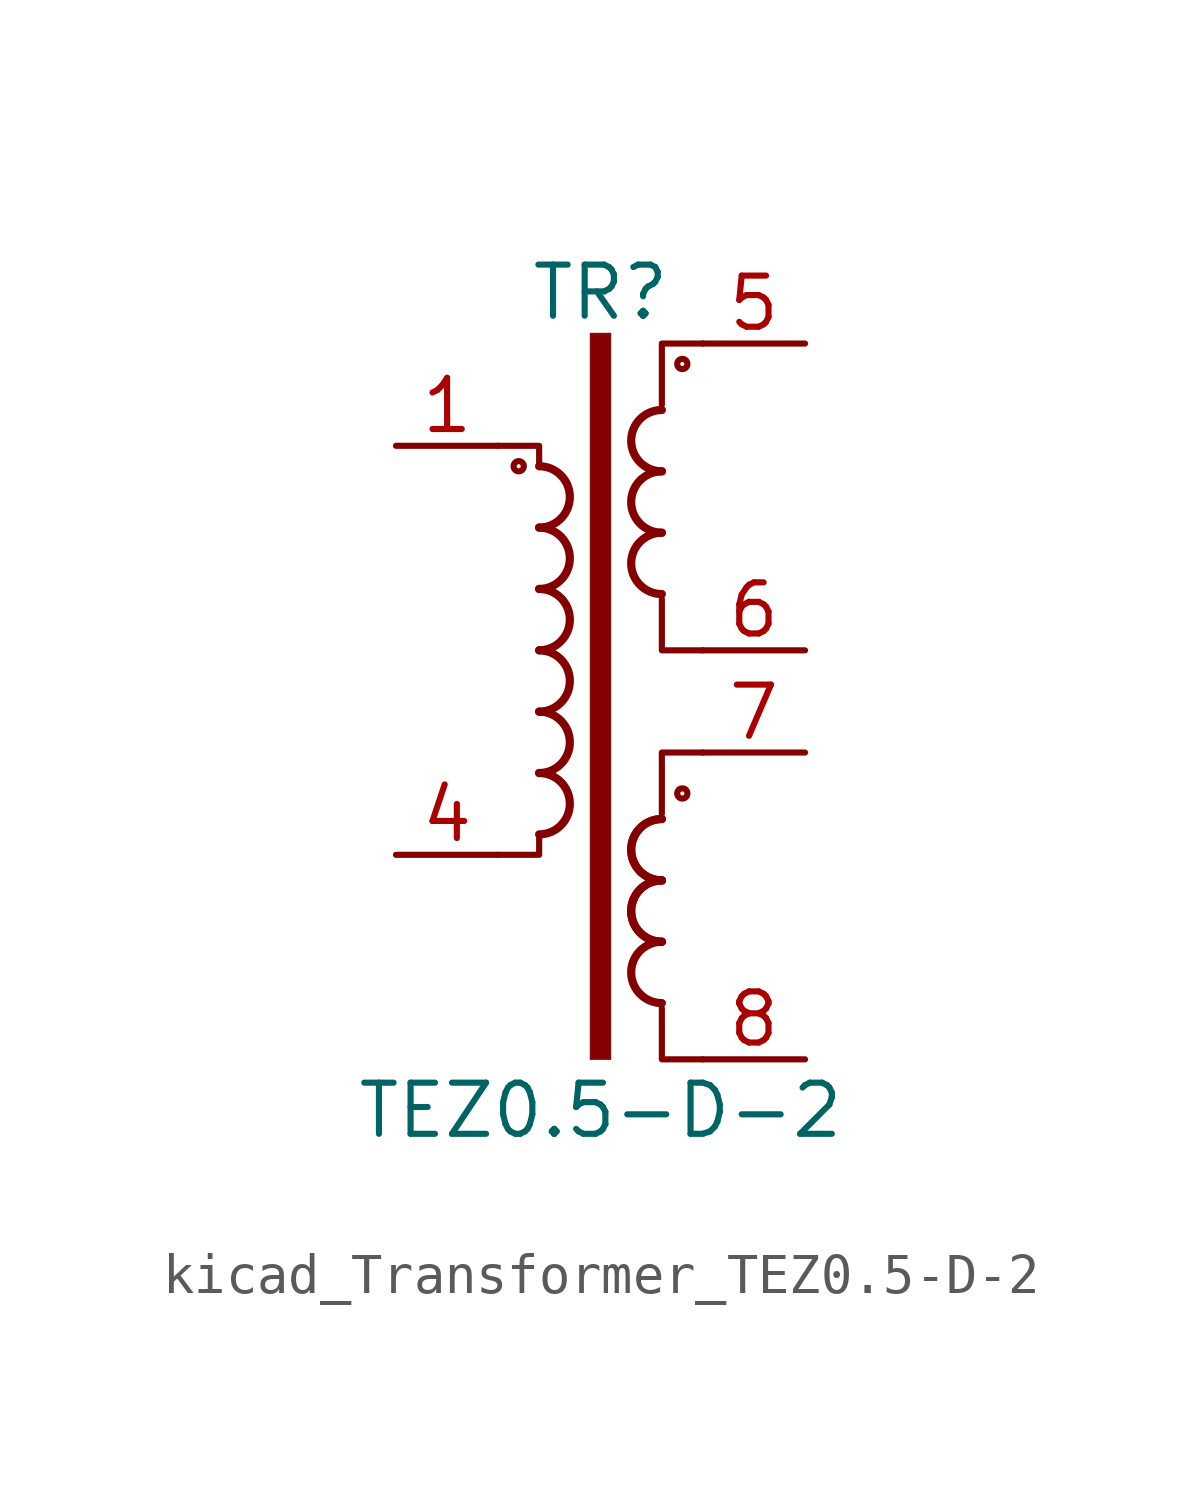
<source format=kicad_sym>
(kicad_symbol_lib
  (version 20220914)
  (generator kicad_symbol_editor)
  (symbol "kicad_Transformer_TEZ0.5-D-2"
    (pin_names
      (offset 0.025))
    (property "Reference" "TR"
      (at 0 8.89 0)
      (effects (font (size 1.27 1.27))))
    (property "Value" "TEZ0.5-D-2"
      (at 0 -11.43 0)
      (effects (font (size 1.27 1.27))))
    (symbol "kicad_Transformer_TEZ0.5-D-2_0_1"
      (circle (center -2.032 4.572) (radius 0.127) (stroke (width 0) (type default)) (fill (type none)))
      (arc (start -1.524 -4.572) (mid -0.7653 -3.81) (end -1.524 -3.048) (stroke (width 0.2032) (type default)) (fill (type none)))
      (arc (start -1.524 -3.048) (mid -0.7653 -2.286) (end -1.524 -1.524) (stroke (width 0.2032) (type default)) (fill (type none)))
      (arc (start -1.524 -1.524) (mid -0.7653 -0.762) (end -1.524 0) (stroke (width 0.2032) (type default)) (fill (type none)))
      (arc (start -1.524 0) (mid -0.7653 0.762) (end -1.524 1.524) (stroke (width 0.2032) (type default)) (fill (type none)))
      (arc (start -1.524 1.524) (mid -0.7653 2.286) (end -1.524 3.048) (stroke (width 0.2032) (type default)) (fill (type none)))
      (arc (start -1.524 3.048) (mid -0.7653 3.81) (end -1.524 4.572) (stroke (width 0.2032) (type default)) (fill (type none)))
      (rectangle (start -0.254 7.874) (end 0.254 -10.16) (stroke (width 0.025) (type default)) (fill (type outline)))
      (polyline (pts (xy -1.524 -4.572) (xy -1.524 -5.08) (xy -2.54 -5.08)) (stroke (width 0) (type default)) (fill (type none)))
      (polyline (pts (xy -1.524 4.572) (xy -1.524 5.08) (xy -2.54 5.08)) (stroke (width 0) (type default)) (fill (type none)))
      (polyline (pts (xy 1.524 -8.89) (xy 1.524 -10.16) (xy 2.54 -10.16)) (stroke (width 0) (type default)) (fill (type none)))
      (polyline (pts (xy 2.54 -2.54) (xy 1.524 -2.54) (xy 1.524 -4.064)) (stroke (width 0) (type default)) (fill (type none)))
      (polyline (pts (xy 2.54 0) (xy 1.524 0) (xy 1.524 1.27)) (stroke (width 0) (type default)) (fill (type none)))
      (polyline (pts (xy 2.54 7.62) (xy 1.524 7.62) (xy 1.524 6.096)) (stroke (width 0) (type default)) (fill (type none)))
      (arc (start 1.524 -7.239) (mid 0.7653 -8.001) (end 1.524 -8.763) (stroke (width 0.2032) (type default)) (fill (type none)))
      (arc (start 1.524 -5.715) (mid 0.7653 -6.477) (end 1.524 -7.239) (stroke (width 0.2032) (type default)) (fill (type none)))
      (arc (start 1.524 -5.715) (mid 0.7653 -6.477) (end 1.524 -7.239) (stroke (width 0.2032) (type default)) (fill (type none)))
      (arc (start 1.524 -4.191) (mid 0.7653 -4.953) (end 1.524 -5.715) (stroke (width 0.2032) (type default)) (fill (type none)))
      (arc (start 1.524 -4.191) (mid 0.7653 -4.953) (end 1.524 -5.715) (stroke (width 0.2032) (type default)) (fill (type none)))
      (arc (start 1.524 2.921) (mid 0.7653 2.159) (end 1.524 1.397) (stroke (width 0.2032) (type default)) (fill (type none)))
      (arc (start 1.524 4.445) (mid 0.7653 3.683) (end 1.524 2.921) (stroke (width 0.2032) (type default)) (fill (type none)))
      (arc (start 1.524 5.969) (mid 0.7653 5.207) (end 1.524 4.445) (stroke (width 0.2032) (type default)) (fill (type none)))
      (circle (center 2.032 -3.556) (radius 0.127) (stroke (width 0) (type default)) (fill (type none)))
      (circle (center 2.032 7.112) (radius 0.127) (stroke (width 0) (type default)) (fill (type none))))
    (symbol "kicad_Transformer_TEZ0.5-D-2_1_1"
      (pin passive line (at -5.08 5.08 0) (length 2.54) (name "~" (effects (font (size 1.27 1.27)))) (number "1" (effects (font (size 1.27 1.27)))))
      (pin passive line (at -5.08 -5.08 0) (length 2.54) (name "~" (effects (font (size 1.27 1.27)))) (number "4" (effects (font (size 1.27 1.27)))))
      (pin passive line (at 5.08 7.62 180) (length 2.54) (name "~" (effects (font (size 1.27 1.27)))) (number "5" (effects (font (size 1.27 1.27)))))
      (pin passive line (at 5.08 0 180) (length 2.54) (name "~" (effects (font (size 1.27 1.27)))) (number "6" (effects (font (size 1.27 1.27)))))
      (pin passive line (at 5.08 -2.54 180) (length 2.54) (name "~" (effects (font (size 1.27 1.27)))) (number "7" (effects (font (size 1.27 1.27)))))
      (pin passive line (at 5.08 -10.16 180) (length 2.54) (name "~" (effects (font (size 1.27 1.27)))) (number "8" (effects (font (size 1.27 1.27))))))))
</source>
